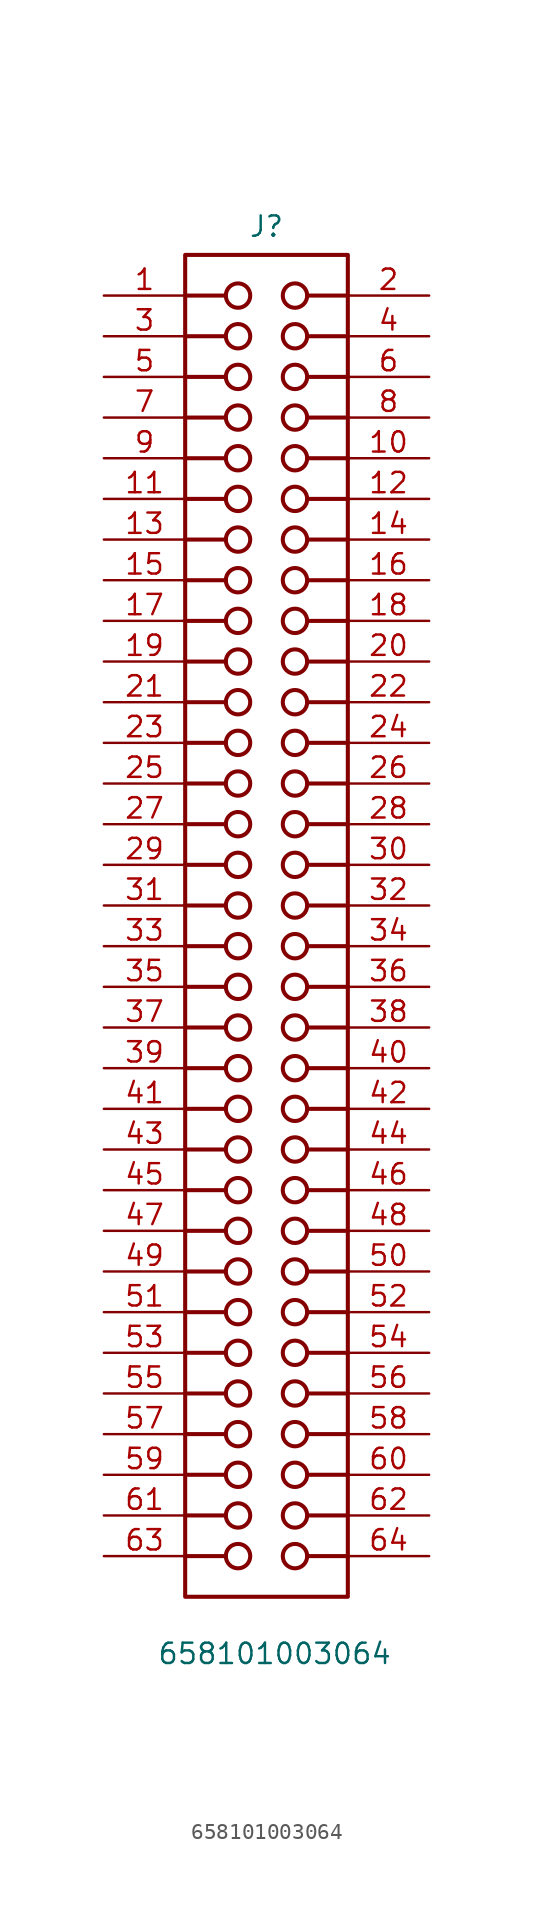
<source format=kicad_sym>
(kicad_symbol_lib
  (version 20241209)
  (generator "kicad_symbol_editor")
  (generator_version "9.0")
  (symbol "658101003064"
    (pin_names
      (hide yes))
    (property "Reference" "J"
      (at 0 42.418 0)
      (effects (font (size 1.27 1.27))))
    (property "Value" "658101003064"
      (at 0.508 -46.736 0)
      (effects (font (size 1.27 1.27))))
    (symbol "658101003064_1_1"
      (rectangle (start -5.08 40.64) (end 5.08 -43.18) (stroke (width 0.254) (type solid)) (fill (type none)))
      (polyline (pts (xy -5.08 38.1) (xy -2.54 38.1)) (stroke (width 0.254) (type solid)) (fill (type none)))
      (polyline (pts (xy -5.08 35.56) (xy -2.54 35.56)) (stroke (width 0.254) (type solid)) (fill (type none)))
      (polyline (pts (xy -5.08 33.02) (xy -2.54 33.02)) (stroke (width 0.254) (type solid)) (fill (type none)))
      (polyline (pts (xy -5.08 30.48) (xy -2.54 30.48)) (stroke (width 0.254) (type solid)) (fill (type none)))
      (polyline (pts (xy -5.08 27.94) (xy -2.54 27.94)) (stroke (width 0.254) (type solid)) (fill (type none)))
      (polyline (pts (xy -5.08 25.4) (xy -2.54 25.4)) (stroke (width 0.254) (type solid)) (fill (type none)))
      (polyline (pts (xy -5.08 22.86) (xy -2.54 22.86)) (stroke (width 0.254) (type solid)) (fill (type none)))
      (polyline (pts (xy -5.08 20.32) (xy -2.54 20.32)) (stroke (width 0.254) (type solid)) (fill (type none)))
      (polyline (pts (xy -5.08 17.78) (xy -2.54 17.78)) (stroke (width 0.254) (type solid)) (fill (type none)))
      (polyline (pts (xy -5.08 15.24) (xy -2.54 15.24)) (stroke (width 0.254) (type solid)) (fill (type none)))
      (polyline (pts (xy -5.08 12.7) (xy -2.54 12.7)) (stroke (width 0.254) (type solid)) (fill (type none)))
      (polyline (pts (xy -5.08 10.16) (xy -2.54 10.16)) (stroke (width 0.254) (type solid)) (fill (type none)))
      (polyline (pts (xy -5.08 7.62) (xy -2.54 7.62)) (stroke (width 0.254) (type solid)) (fill (type none)))
      (polyline (pts (xy -5.08 5.08) (xy -2.54 5.08)) (stroke (width 0.254) (type solid)) (fill (type none)))
      (polyline (pts (xy -5.08 2.54) (xy -2.54 2.54)) (stroke (width 0.254) (type solid)) (fill (type none)))
      (polyline (pts (xy -5.08 0) (xy -2.54 0)) (stroke (width 0.254) (type solid)) (fill (type none)))
      (polyline (pts (xy -5.08 -2.54) (xy -2.54 -2.54)) (stroke (width 0.254) (type solid)) (fill (type none)))
      (polyline (pts (xy -5.08 -5.08) (xy -2.54 -5.08)) (stroke (width 0.254) (type solid)) (fill (type none)))
      (polyline (pts (xy -5.08 -7.62) (xy -2.54 -7.62)) (stroke (width 0.254) (type solid)) (fill (type none)))
      (polyline (pts (xy -5.08 -10.16) (xy -2.54 -10.16)) (stroke (width 0.254) (type solid)) (fill (type none)))
      (polyline (pts (xy -5.08 -12.7) (xy -2.54 -12.7)) (stroke (width 0.254) (type solid)) (fill (type none)))
      (polyline (pts (xy -5.08 -15.24) (xy -2.54 -15.24)) (stroke (width 0.254) (type solid)) (fill (type none)))
      (polyline (pts (xy -5.08 -17.78) (xy -2.54 -17.78)) (stroke (width 0.254) (type solid)) (fill (type none)))
      (polyline (pts (xy -5.08 -20.32) (xy -2.54 -20.32)) (stroke (width 0.254) (type solid)) (fill (type none)))
      (polyline (pts (xy -5.08 -22.86) (xy -2.54 -22.86)) (stroke (width 0.254) (type solid)) (fill (type none)))
      (polyline (pts (xy -5.08 -25.4) (xy -2.54 -25.4)) (stroke (width 0.254) (type solid)) (fill (type none)))
      (polyline (pts (xy -5.08 -27.94) (xy -2.54 -27.94)) (stroke (width 0.254) (type solid)) (fill (type none)))
      (polyline (pts (xy -5.08 -30.48) (xy -2.54 -30.48)) (stroke (width 0.254) (type solid)) (fill (type none)))
      (polyline (pts (xy -5.08 -33.02) (xy -2.54 -33.02)) (stroke (width 0.254) (type solid)) (fill (type none)))
      (polyline (pts (xy -5.08 -35.56) (xy -2.54 -35.56)) (stroke (width 0.254) (type solid)) (fill (type none)))
      (polyline (pts (xy -5.08 -38.1) (xy -2.54 -38.1)) (stroke (width 0.254) (type solid)) (fill (type none)))
      (polyline (pts (xy -5.08 -40.64) (xy -2.54 -40.64)) (stroke (width 0.254) (type solid)) (fill (type none)))
      (circle (center -1.778 38.1) (radius 0.762) (stroke (width 0.254) (type solid)) (fill (type none)))
      (circle (center -1.778 35.56) (radius 0.762) (stroke (width 0.254) (type solid)) (fill (type none)))
      (circle (center -1.778 33.02) (radius 0.762) (stroke (width 0.254) (type solid)) (fill (type none)))
      (circle (center -1.778 30.48) (radius 0.762) (stroke (width 0.254) (type solid)) (fill (type none)))
      (circle (center -1.778 27.94) (radius 0.762) (stroke (width 0.254) (type solid)) (fill (type none)))
      (circle (center -1.778 25.4) (radius 0.762) (stroke (width 0.254) (type solid)) (fill (type none)))
      (circle (center -1.778 22.86) (radius 0.762) (stroke (width 0.254) (type solid)) (fill (type none)))
      (circle (center -1.778 20.32) (radius 0.762) (stroke (width 0.254) (type solid)) (fill (type none)))
      (circle (center -1.778 17.78) (radius 0.762) (stroke (width 0.254) (type solid)) (fill (type none)))
      (circle (center -1.778 15.24) (radius 0.762) (stroke (width 0.254) (type solid)) (fill (type none)))
      (circle (center -1.778 12.7) (radius 0.762) (stroke (width 0.254) (type solid)) (fill (type none)))
      (circle (center -1.778 10.16) (radius 0.762) (stroke (width 0.254) (type solid)) (fill (type none)))
      (circle (center -1.778 7.62) (radius 0.762) (stroke (width 0.254) (type solid)) (fill (type none)))
      (circle (center -1.778 5.08) (radius 0.762) (stroke (width 0.254) (type solid)) (fill (type none)))
      (circle (center -1.778 2.54) (radius 0.762) (stroke (width 0.254) (type solid)) (fill (type none)))
      (circle (center -1.778 0) (radius 0.762) (stroke (width 0.254) (type solid)) (fill (type none)))
      (circle (center -1.778 -2.54) (radius 0.762) (stroke (width 0.254) (type solid)) (fill (type none)))
      (circle (center -1.778 -5.08) (radius 0.762) (stroke (width 0.254) (type solid)) (fill (type none)))
      (circle (center -1.778 -7.62) (radius 0.762) (stroke (width 0.254) (type solid)) (fill (type none)))
      (circle (center -1.778 -10.16) (radius 0.762) (stroke (width 0.254) (type solid)) (fill (type none)))
      (circle (center -1.778 -12.7) (radius 0.762) (stroke (width 0.254) (type solid)) (fill (type none)))
      (circle (center -1.778 -15.24) (radius 0.762) (stroke (width 0.254) (type solid)) (fill (type none)))
      (circle (center -1.778 -17.78) (radius 0.762) (stroke (width 0.254) (type solid)) (fill (type none)))
      (circle (center -1.778 -20.32) (radius 0.762) (stroke (width 0.254) (type solid)) (fill (type none)))
      (circle (center -1.778 -22.86) (radius 0.762) (stroke (width 0.254) (type solid)) (fill (type none)))
      (circle (center -1.778 -25.4) (radius 0.762) (stroke (width 0.254) (type solid)) (fill (type none)))
      (circle (center -1.778 -27.94) (radius 0.762) (stroke (width 0.254) (type solid)) (fill (type none)))
      (circle (center -1.778 -30.48) (radius 0.762) (stroke (width 0.254) (type solid)) (fill (type none)))
      (circle (center -1.778 -33.02) (radius 0.762) (stroke (width 0.254) (type solid)) (fill (type none)))
      (circle (center -1.778 -35.56) (radius 0.762) (stroke (width 0.254) (type solid)) (fill (type none)))
      (circle (center -1.778 -38.1) (radius 0.762) (stroke (width 0.254) (type solid)) (fill (type none)))
      (circle (center -1.778 -40.64) (radius 0.762) (stroke (width 0.254) (type solid)) (fill (type none)))
      (circle (center 1.778 38.1) (radius 0.762) (stroke (width 0.254) (type solid)) (fill (type none)))
      (circle (center 1.778 35.56) (radius 0.762) (stroke (width 0.254) (type solid)) (fill (type none)))
      (circle (center 1.778 33.02) (radius 0.762) (stroke (width 0.254) (type solid)) (fill (type none)))
      (circle (center 1.778 30.48) (radius 0.762) (stroke (width 0.254) (type solid)) (fill (type none)))
      (circle (center 1.778 27.94) (radius 0.762) (stroke (width 0.254) (type solid)) (fill (type none)))
      (circle (center 1.778 25.4) (radius 0.762) (stroke (width 0.254) (type solid)) (fill (type none)))
      (circle (center 1.778 22.86) (radius 0.762) (stroke (width 0.254) (type solid)) (fill (type none)))
      (circle (center 1.778 20.32) (radius 0.762) (stroke (width 0.254) (type solid)) (fill (type none)))
      (circle (center 1.778 17.78) (radius 0.762) (stroke (width 0.254) (type solid)) (fill (type none)))
      (circle (center 1.778 15.24) (radius 0.762) (stroke (width 0.254) (type solid)) (fill (type none)))
      (circle (center 1.778 12.7) (radius 0.762) (stroke (width 0.254) (type solid)) (fill (type none)))
      (circle (center 1.778 10.16) (radius 0.762) (stroke (width 0.254) (type solid)) (fill (type none)))
      (circle (center 1.778 7.62) (radius 0.762) (stroke (width 0.254) (type solid)) (fill (type none)))
      (circle (center 1.778 5.08) (radius 0.762) (stroke (width 0.254) (type solid)) (fill (type none)))
      (circle (center 1.778 2.54) (radius 0.762) (stroke (width 0.254) (type solid)) (fill (type none)))
      (circle (center 1.778 0) (radius 0.762) (stroke (width 0.254) (type solid)) (fill (type none)))
      (circle (center 1.778 -2.54) (radius 0.762) (stroke (width 0.254) (type solid)) (fill (type none)))
      (circle (center 1.778 -5.08) (radius 0.762) (stroke (width 0.254) (type solid)) (fill (type none)))
      (circle (center 1.778 -7.62) (radius 0.762) (stroke (width 0.254) (type solid)) (fill (type none)))
      (circle (center 1.778 -10.16) (radius 0.762) (stroke (width 0.254) (type solid)) (fill (type none)))
      (circle (center 1.778 -12.7) (radius 0.762) (stroke (width 0.254) (type solid)) (fill (type none)))
      (circle (center 1.778 -15.24) (radius 0.762) (stroke (width 0.254) (type solid)) (fill (type none)))
      (circle (center 1.778 -17.78) (radius 0.762) (stroke (width 0.254) (type solid)) (fill (type none)))
      (circle (center 1.778 -20.32) (radius 0.762) (stroke (width 0.254) (type solid)) (fill (type none)))
      (circle (center 1.778 -22.86) (radius 0.762) (stroke (width 0.254) (type solid)) (fill (type none)))
      (circle (center 1.778 -25.4) (radius 0.762) (stroke (width 0.254) (type solid)) (fill (type none)))
      (circle (center 1.778 -27.94) (radius 0.762) (stroke (width 0.254) (type solid)) (fill (type none)))
      (circle (center 1.778 -30.48) (radius 0.762) (stroke (width 0.254) (type solid)) (fill (type none)))
      (circle (center 1.778 -33.02) (radius 0.762) (stroke (width 0.254) (type solid)) (fill (type none)))
      (circle (center 1.778 -35.56) (radius 0.762) (stroke (width 0.254) (type solid)) (fill (type none)))
      (circle (center 1.778 -38.1) (radius 0.762) (stroke (width 0.254) (type solid)) (fill (type none)))
      (circle (center 1.778 -40.64) (radius 0.762) (stroke (width 0.254) (type solid)) (fill (type none)))
      (polyline (pts (xy 5.08 38.1) (xy 2.54 38.1)) (stroke (width 0.254) (type solid)) (fill (type none)))
      (polyline (pts (xy 5.08 35.56) (xy 2.54 35.56)) (stroke (width 0.254) (type solid)) (fill (type none)))
      (polyline (pts (xy 5.08 33.02) (xy 2.54 33.02)) (stroke (width 0.254) (type solid)) (fill (type none)))
      (polyline (pts (xy 5.08 30.48) (xy 2.54 30.48)) (stroke (width 0.254) (type solid)) (fill (type none)))
      (polyline (pts (xy 5.08 27.94) (xy 2.54 27.94)) (stroke (width 0.254) (type solid)) (fill (type none)))
      (polyline (pts (xy 5.08 25.4) (xy 2.54 25.4)) (stroke (width 0.254) (type solid)) (fill (type none)))
      (polyline (pts (xy 5.08 22.86) (xy 2.54 22.86)) (stroke (width 0.254) (type solid)) (fill (type none)))
      (polyline (pts (xy 5.08 20.32) (xy 2.54 20.32)) (stroke (width 0.254) (type solid)) (fill (type none)))
      (polyline (pts (xy 5.08 17.78) (xy 2.54 17.78)) (stroke (width 0.254) (type solid)) (fill (type none)))
      (polyline (pts (xy 5.08 15.24) (xy 2.54 15.24)) (stroke (width 0.254) (type solid)) (fill (type none)))
      (polyline (pts (xy 5.08 12.7) (xy 2.54 12.7)) (stroke (width 0.254) (type solid)) (fill (type none)))
      (polyline (pts (xy 5.08 10.16) (xy 2.54 10.16)) (stroke (width 0.254) (type solid)) (fill (type none)))
      (polyline (pts (xy 5.08 7.62) (xy 2.54 7.62)) (stroke (width 0.254) (type solid)) (fill (type none)))
      (polyline (pts (xy 5.08 5.08) (xy 2.54 5.08)) (stroke (width 0.254) (type solid)) (fill (type none)))
      (polyline (pts (xy 5.08 2.54) (xy 2.54 2.54)) (stroke (width 0.254) (type solid)) (fill (type none)))
      (polyline (pts (xy 5.08 0) (xy 2.54 0)) (stroke (width 0.254) (type solid)) (fill (type none)))
      (polyline (pts (xy 5.08 -2.54) (xy 2.54 -2.54)) (stroke (width 0.254) (type solid)) (fill (type none)))
      (polyline (pts (xy 5.08 -5.08) (xy 2.54 -5.08)) (stroke (width 0.254) (type solid)) (fill (type none)))
      (polyline (pts (xy 5.08 -7.62) (xy 2.54 -7.62)) (stroke (width 0.254) (type solid)) (fill (type none)))
      (polyline (pts (xy 5.08 -10.16) (xy 2.54 -10.16)) (stroke (width 0.254) (type solid)) (fill (type none)))
      (polyline (pts (xy 5.08 -12.7) (xy 2.54 -12.7)) (stroke (width 0.254) (type solid)) (fill (type none)))
      (polyline (pts (xy 5.08 -15.24) (xy 2.54 -15.24)) (stroke (width 0.254) (type solid)) (fill (type none)))
      (polyline (pts (xy 5.08 -17.78) (xy 2.54 -17.78)) (stroke (width 0.254) (type solid)) (fill (type none)))
      (polyline (pts (xy 5.08 -20.32) (xy 2.54 -20.32)) (stroke (width 0.254) (type solid)) (fill (type none)))
      (polyline (pts (xy 5.08 -22.86) (xy 2.54 -22.86)) (stroke (width 0.254) (type solid)) (fill (type none)))
      (polyline (pts (xy 5.08 -25.4) (xy 2.54 -25.4)) (stroke (width 0.254) (type solid)) (fill (type none)))
      (polyline (pts (xy 5.08 -27.94) (xy 2.54 -27.94)) (stroke (width 0.254) (type solid)) (fill (type none)))
      (polyline (pts (xy 5.08 -30.48) (xy 2.54 -30.48)) (stroke (width 0.254) (type solid)) (fill (type none)))
      (polyline (pts (xy 5.08 -33.02) (xy 2.54 -33.02)) (stroke (width 0.254) (type solid)) (fill (type none)))
      (polyline (pts (xy 5.08 -35.56) (xy 2.54 -35.56)) (stroke (width 0.254) (type solid)) (fill (type none)))
      (polyline (pts (xy 5.08 -38.1) (xy 2.54 -38.1)) (stroke (width 0.254) (type solid)) (fill (type none)))
      (polyline (pts (xy 5.08 -40.64) (xy 2.54 -40.64)) (stroke (width 0.254) (type solid)) (fill (type none)))
      (pin passive line (at -10.16 38.1 0) (length 5.08) (name "1" (effects (font (size 1.27 1.27)))) (number "1" (effects (font (size 1.27 1.27)))))
      (pin passive line (at -10.16 35.56 0) (length 5.08) (name "3" (effects (font (size 1.27 1.27)))) (number "3" (effects (font (size 1.27 1.27)))))
      (pin passive line (at -10.16 33.02 0) (length 5.08) (name "5" (effects (font (size 1.27 1.27)))) (number "5" (effects (font (size 1.27 1.27)))))
      (pin passive line (at -10.16 30.48 0) (length 5.08) (name "7" (effects (font (size 1.27 1.27)))) (number "7" (effects (font (size 1.27 1.27)))))
      (pin passive line (at -10.16 27.94 0) (length 5.08) (name "9" (effects (font (size 1.27 1.27)))) (number "9" (effects (font (size 1.27 1.27)))))
      (pin passive line (at -10.16 25.4 0) (length 5.08) (name "11" (effects (font (size 1.27 1.27)))) (number "11" (effects (font (size 1.27 1.27)))))
      (pin passive line (at -10.16 22.86 0) (length 5.08) (name "13" (effects (font (size 1.27 1.27)))) (number "13" (effects (font (size 1.27 1.27)))))
      (pin passive line (at -10.16 20.32 0) (length 5.08) (name "15" (effects (font (size 1.27 1.27)))) (number "15" (effects (font (size 1.27 1.27)))))
      (pin passive line (at -10.16 17.78 0) (length 5.08) (name "17" (effects (font (size 1.27 1.27)))) (number "17" (effects (font (size 1.27 1.27)))))
      (pin passive line (at -10.16 15.24 0) (length 5.08) (name "19" (effects (font (size 1.27 1.27)))) (number "19" (effects (font (size 1.27 1.27)))))
      (pin passive line (at -10.16 12.7 0) (length 5.08) (name "21" (effects (font (size 1.27 1.27)))) (number "21" (effects (font (size 1.27 1.27)))))
      (pin passive line (at -10.16 10.16 0) (length 5.08) (name "23" (effects (font (size 1.27 1.27)))) (number "23" (effects (font (size 1.27 1.27)))))
      (pin passive line (at -10.16 7.62 0) (length 5.08) (name "25" (effects (font (size 1.27 1.27)))) (number "25" (effects (font (size 1.27 1.27)))))
      (pin passive line (at -10.16 5.08 0) (length 5.08) (name "27" (effects (font (size 1.27 1.27)))) (number "27" (effects (font (size 1.27 1.27)))))
      (pin passive line (at -10.16 2.54 0) (length 5.08) (name "29" (effects (font (size 1.27 1.27)))) (number "29" (effects (font (size 1.27 1.27)))))
      (pin passive line (at -10.16 0 0) (length 5.08) (name "31" (effects (font (size 1.27 1.27)))) (number "31" (effects (font (size 1.27 1.27)))))
      (pin passive line (at -10.16 -2.54 0) (length 5.08) (name "33" (effects (font (size 1.27 1.27)))) (number "33" (effects (font (size 1.27 1.27)))))
      (pin passive line (at -10.16 -5.08 0) (length 5.08) (name "35" (effects (font (size 1.27 1.27)))) (number "35" (effects (font (size 1.27 1.27)))))
      (pin passive line (at -10.16 -7.62 0) (length 5.08) (name "37" (effects (font (size 1.27 1.27)))) (number "37" (effects (font (size 1.27 1.27)))))
      (pin passive line (at -10.16 -10.16 0) (length 5.08) (name "39" (effects (font (size 1.27 1.27)))) (number "39" (effects (font (size 1.27 1.27)))))
      (pin passive line (at -10.16 -12.7 0) (length 5.08) (name "41" (effects (font (size 1.27 1.27)))) (number "41" (effects (font (size 1.27 1.27)))))
      (pin passive line (at -10.16 -15.24 0) (length 5.08) (name "43" (effects (font (size 1.27 1.27)))) (number "43" (effects (font (size 1.27 1.27)))))
      (pin passive line (at -10.16 -17.78 0) (length 5.08) (name "45" (effects (font (size 1.27 1.27)))) (number "45" (effects (font (size 1.27 1.27)))))
      (pin passive line (at -10.16 -20.32 0) (length 5.08) (name "47" (effects (font (size 1.27 1.27)))) (number "47" (effects (font (size 1.27 1.27)))))
      (pin passive line (at -10.16 -22.86 0) (length 5.08) (name "49" (effects (font (size 1.27 1.27)))) (number "49" (effects (font (size 1.27 1.27)))))
      (pin passive line (at -10.16 -25.4 0) (length 5.08) (name "51" (effects (font (size 1.27 1.27)))) (number "51" (effects (font (size 1.27 1.27)))))
      (pin passive line (at -10.16 -27.94 0) (length 5.08) (name "53" (effects (font (size 1.27 1.27)))) (number "53" (effects (font (size 1.27 1.27)))))
      (pin passive line (at -10.16 -30.48 0) (length 5.08) (name "55" (effects (font (size 1.27 1.27)))) (number "55" (effects (font (size 1.27 1.27)))))
      (pin passive line (at -10.16 -33.02 0) (length 5.08) (name "57" (effects (font (size 1.27 1.27)))) (number "57" (effects (font (size 1.27 1.27)))))
      (pin passive line (at -10.16 -35.56 0) (length 5.08) (name "59" (effects (font (size 1.27 1.27)))) (number "59" (effects (font (size 1.27 1.27)))))
      (pin passive line (at -10.16 -38.1 0) (length 5.08) (name "61" (effects (font (size 1.27 1.27)))) (number "61" (effects (font (size 1.27 1.27)))))
      (pin passive line (at -10.16 -40.64 0) (length 5.08) (name "63" (effects (font (size 1.27 1.27)))) (number "63" (effects (font (size 1.27 1.27)))))
      (pin passive line (at 10.16 38.1 180) (length 5.08) (name "2" (effects (font (size 1.27 1.27)))) (number "2" (effects (font (size 1.27 1.27)))))
      (pin passive line (at 10.16 35.56 180) (length 5.08) (name "4" (effects (font (size 1.27 1.27)))) (number "4" (effects (font (size 1.27 1.27)))))
      (pin passive line (at 10.16 33.02 180) (length 5.08) (name "6" (effects (font (size 1.27 1.27)))) (number "6" (effects (font (size 1.27 1.27)))))
      (pin passive line (at 10.16 30.48 180) (length 5.08) (name "8" (effects (font (size 1.27 1.27)))) (number "8" (effects (font (size 1.27 1.27)))))
      (pin passive line (at 10.16 27.94 180) (length 5.08) (name "10" (effects (font (size 1.27 1.27)))) (number "10" (effects (font (size 1.27 1.27)))))
      (pin passive line (at 10.16 25.4 180) (length 5.08) (name "12" (effects (font (size 1.27 1.27)))) (number "12" (effects (font (size 1.27 1.27)))))
      (pin passive line (at 10.16 22.86 180) (length 5.08) (name "14" (effects (font (size 1.27 1.27)))) (number "14" (effects (font (size 1.27 1.27)))))
      (pin passive line (at 10.16 20.32 180) (length 5.08) (name "16" (effects (font (size 1.27 1.27)))) (number "16" (effects (font (size 1.27 1.27)))))
      (pin passive line (at 10.16 17.78 180) (length 5.08) (name "18" (effects (font (size 1.27 1.27)))) (number "18" (effects (font (size 1.27 1.27)))))
      (pin passive line (at 10.16 15.24 180) (length 5.08) (name "20" (effects (font (size 1.27 1.27)))) (number "20" (effects (font (size 1.27 1.27)))))
      (pin passive line (at 10.16 12.7 180) (length 5.08) (name "22" (effects (font (size 1.27 1.27)))) (number "22" (effects (font (size 1.27 1.27)))))
      (pin passive line (at 10.16 10.16 180) (length 5.08) (name "24" (effects (font (size 1.27 1.27)))) (number "24" (effects (font (size 1.27 1.27)))))
      (pin passive line (at 10.16 7.62 180) (length 5.08) (name "1" (effects (font (size 1.27 1.27)))) (number "26" (effects (font (size 1.27 1.27)))))
      (pin passive line (at 10.16 5.08 180) (length 5.08) (name "28" (effects (font (size 1.27 1.27)))) (number "28" (effects (font (size 1.27 1.27)))))
      (pin passive line (at 10.16 2.54 180) (length 5.08) (name "30" (effects (font (size 1.27 1.27)))) (number "30" (effects (font (size 1.27 1.27)))))
      (pin passive line (at 10.16 0 180) (length 5.08) (name "32" (effects (font (size 1.27 1.27)))) (number "32" (effects (font (size 1.27 1.27)))))
      (pin passive line (at 10.16 -2.54 180) (length 5.08) (name "34" (effects (font (size 1.27 1.27)))) (number "34" (effects (font (size 1.27 1.27)))))
      (pin passive line (at 10.16 -5.08 180) (length 5.08) (name "36" (effects (font (size 1.27 1.27)))) (number "36" (effects (font (size 1.27 1.27)))))
      (pin passive line (at 10.16 -7.62 180) (length 5.08) (name "38" (effects (font (size 1.27 1.27)))) (number "38" (effects (font (size 1.27 1.27)))))
      (pin passive line (at 10.16 -10.16 180) (length 5.08) (name "40" (effects (font (size 1.27 1.27)))) (number "40" (effects (font (size 1.27 1.27)))))
      (pin passive line (at 10.16 -12.7 180) (length 5.08) (name "42" (effects (font (size 1.27 1.27)))) (number "42" (effects (font (size 1.27 1.27)))))
      (pin passive line (at 10.16 -15.24 180) (length 5.08) (name "44" (effects (font (size 1.27 1.27)))) (number "44" (effects (font (size 1.27 1.27)))))
      (pin passive line (at 10.16 -17.78 180) (length 5.08) (name "46" (effects (font (size 1.27 1.27)))) (number "46" (effects (font (size 1.27 1.27)))))
      (pin passive line (at 10.16 -20.32 180) (length 5.08) (name "48" (effects (font (size 1.27 1.27)))) (number "48" (effects (font (size 1.27 1.27)))))
      (pin passive line (at 10.16 -22.86 180) (length 5.08) (name "50" (effects (font (size 1.27 1.27)))) (number "50" (effects (font (size 1.27 1.27)))))
      (pin passive line (at 10.16 -25.4 180) (length 5.08) (name "52" (effects (font (size 1.27 1.27)))) (number "52" (effects (font (size 1.27 1.27)))))
      (pin passive line (at 10.16 -27.94 180) (length 5.08) (name "54" (effects (font (size 1.27 1.27)))) (number "54" (effects (font (size 1.27 1.27)))))
      (pin passive line (at 10.16 -30.48 180) (length 5.08) (name "56" (effects (font (size 1.27 1.27)))) (number "56" (effects (font (size 1.27 1.27)))))
      (pin passive line (at 10.16 -33.02 180) (length 5.08) (name "58" (effects (font (size 1.27 1.27)))) (number "58" (effects (font (size 1.27 1.27)))))
      (pin passive line (at 10.16 -35.56 180) (length 5.08) (name "60" (effects (font (size 1.27 1.27)))) (number "60" (effects (font (size 1.27 1.27)))))
      (pin passive line (at 10.16 -38.1 180) (length 5.08) (name "62" (effects (font (size 1.27 1.27)))) (number "62" (effects (font (size 1.27 1.27)))))
      (pin passive line (at 10.16 -40.64 180) (length 5.08) (name "64" (effects (font (size 1.27 1.27)))) (number "64" (effects (font (size 1.27 1.27))))))))
</source>
